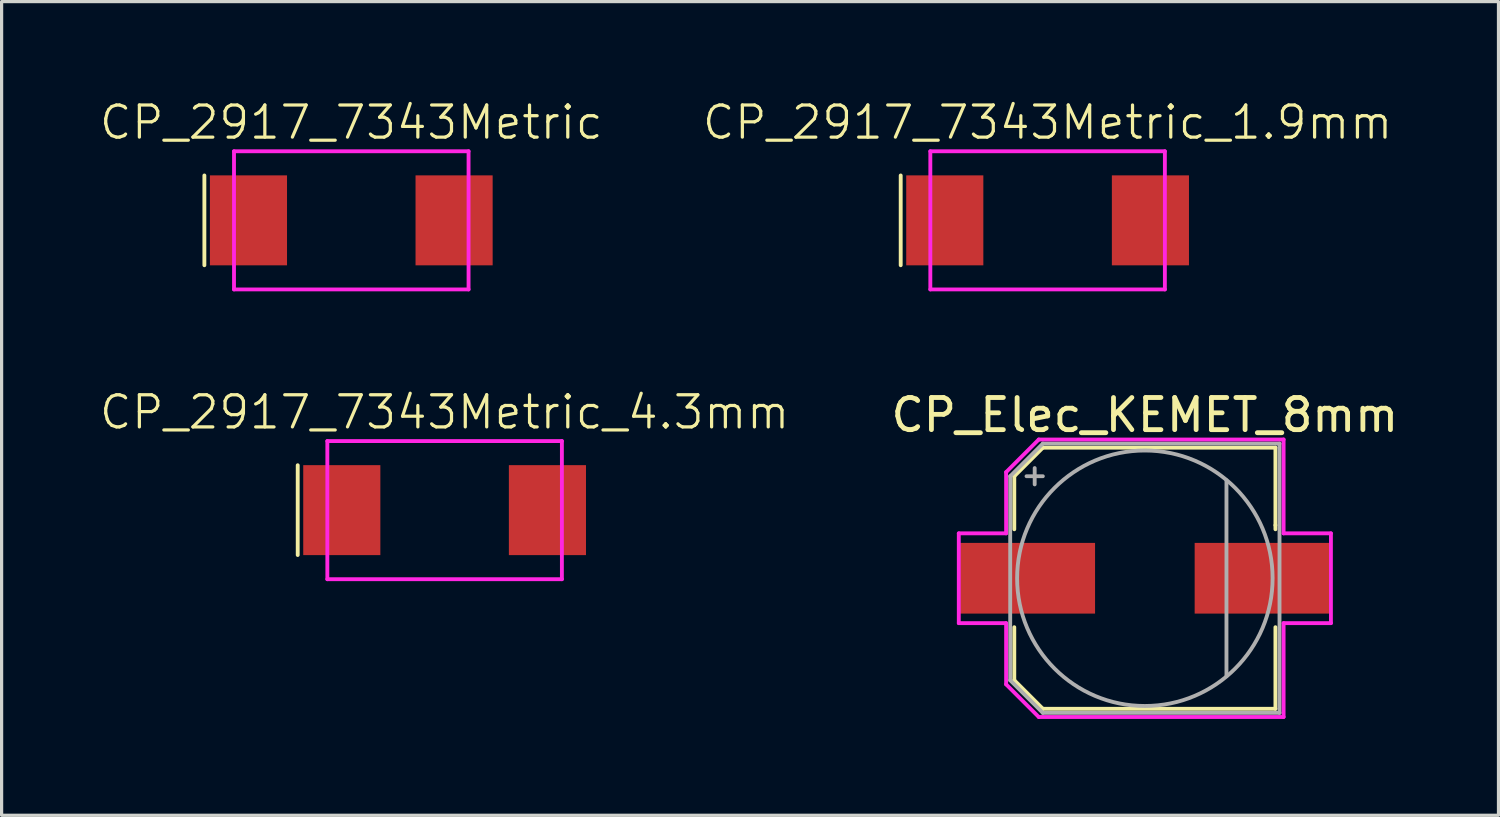
<source format=kicad_pcb>
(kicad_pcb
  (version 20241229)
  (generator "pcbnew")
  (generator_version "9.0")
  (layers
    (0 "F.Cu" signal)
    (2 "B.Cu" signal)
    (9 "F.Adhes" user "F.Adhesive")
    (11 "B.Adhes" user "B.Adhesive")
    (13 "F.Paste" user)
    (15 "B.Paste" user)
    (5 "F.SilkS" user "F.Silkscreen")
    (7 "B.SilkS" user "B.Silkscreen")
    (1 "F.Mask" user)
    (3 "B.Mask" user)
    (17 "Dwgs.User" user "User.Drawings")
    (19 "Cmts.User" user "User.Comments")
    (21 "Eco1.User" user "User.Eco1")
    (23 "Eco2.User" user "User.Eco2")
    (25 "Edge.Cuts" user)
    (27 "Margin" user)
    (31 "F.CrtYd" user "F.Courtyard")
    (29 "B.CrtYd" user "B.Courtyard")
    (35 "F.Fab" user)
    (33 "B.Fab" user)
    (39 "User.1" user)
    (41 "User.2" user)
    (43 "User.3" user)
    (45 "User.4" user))
  (footprint "CP_Elec_KEMET_8mm"
    (layer "F.Cu")
    (at 32.582 14.947)
    (property "Reference" "CP_Elec_KEMET_8mm" (at 0 -5.08 0) (layer "F.SilkS") (effects (font (size 1 1) (thickness 0.15))))
    (attr through_hole)
    (fp_line (start -4.064 -3.175) (end -3.175 -4.064) (stroke (width 0.12) (type solid)) (layer "F.SilkS"))
    (fp_line (start -4.064 -1.524) (end -4.064 -3.175) (stroke (width 0.12) (type solid)) (layer "F.SilkS"))
    (fp_line (start -4.064 1.524) (end -4.064 3.175) (stroke (width 0.12) (type solid)) (layer "F.SilkS"))
    (fp_line (start -4.064 3.175) (end -3.175 4.064) (stroke (width 0.12) (type solid)) (layer "F.SilkS"))
    (fp_line (start -3.175 -4.064) (end 4.064 -4.064) (stroke (width 0.12) (type solid)) (layer "F.SilkS"))
    (fp_line (start -3.175 4.064) (end 4.064 4.064) (stroke (width 0.12) (type solid)) (layer "F.SilkS"))
    (fp_line (start 4.064 -4.064) (end 4.064 -1.651) (stroke (width 0.12) (type solid)) (layer "F.SilkS"))
    (fp_line (start 4.064 -1.651) (end 4.064 -1.524) (stroke (width 0.12) (type solid)) (layer "F.SilkS"))
    (fp_line (start 4.064 4.064) (end 4.064 1.524) (stroke (width 0.12) (type solid)) (layer "F.SilkS"))
    (fp_line (start -5.791 -1.397) (end -5.791 1.397) (stroke (width 0.12) (type solid)) (layer "F.CrtYd"))
    (fp_line (start -5.791 1.397) (end -4.318 1.397) (stroke (width 0.12) (type solid)) (layer "F.CrtYd"))
    (fp_line (start -4.318 -3.302) (end -4.318 -1.397) (stroke (width 0.12) (type solid)) (layer "F.CrtYd"))
    (fp_line (start -4.318 -1.397) (end -5.791 -1.397) (stroke (width 0.12) (type solid)) (layer "F.CrtYd"))
    (fp_line (start -4.318 1.397) (end -4.318 3.302) (stroke (width 0.12) (type solid)) (layer "F.CrtYd"))
    (fp_line (start -4.318 3.302) (end -3.302 4.318) (stroke (width 0.12) (type solid)) (layer "F.CrtYd"))
    (fp_line (start -3.302 -4.318) (end -4.318 -3.302) (stroke (width 0.12) (type solid)) (layer "F.CrtYd"))
    (fp_line (start -3.302 4.318) (end 4.318 4.318) (stroke (width 0.12) (type solid)) (layer "F.CrtYd"))
    (fp_line (start 4.318 -4.318) (end -3.302 -4.318) (stroke (width 0.12) (type solid)) (layer "F.CrtYd"))
    (fp_line (start 4.318 -1.397) (end 4.318 -4.318) (stroke (width 0.12) (type solid)) (layer "F.CrtYd"))
    (fp_line (start 4.318 1.397) (end 5.791 1.397) (stroke (width 0.12) (type solid)) (layer "F.CrtYd"))
    (fp_line (start 4.318 4.318) (end 4.318 1.397) (stroke (width 0.12) (type solid)) (layer "F.CrtYd"))
    (fp_line (start 5.791 -1.397) (end 4.318 -1.397) (stroke (width 0.12) (type solid)) (layer "F.CrtYd"))
    (fp_line (start 5.791 1.397) (end 5.791 -1.397) (stroke (width 0.12) (type solid)) (layer "F.CrtYd"))
    (fp_line (start -4.191 -3.175) (end -4.191 3.175) (stroke (width 0.12) (type solid)) (layer "F.Fab"))
    (fp_line (start -4.191 3.175) (end -3.175 4.191) (stroke (width 0.12) (type solid)) (layer "F.Fab"))
    (fp_line (start -3.683 -3.175) (end -3.175 -3.175) (stroke (width 0.12) (type solid)) (layer "F.Fab"))
    (fp_line (start -3.429 -3.429) (end -3.429 -2.921) (stroke (width 0.12) (type solid)) (layer "F.Fab"))
    (fp_line (start -3.175 -4.191) (end -4.191 -3.175) (stroke (width 0.12) (type solid)) (layer "F.Fab"))
    (fp_line (start -3.175 -4.191) (end 4.191 -4.191) (stroke (width 0.12) (type solid)) (layer "F.Fab"))
    (fp_line (start -3.175 4.191) (end 4.191 4.191) (stroke (width 0.12) (type solid)) (layer "F.Fab"))
    (fp_line (start 2.54 -3.048) (end 2.54 3.048) (stroke (width 0.12) (type solid)) (layer "F.Fab"))
    (fp_line (start 4.191 -4.191) (end 4.191 4.191) (stroke (width 0.12) (type solid)) (layer "F.Fab"))
    (fp_circle (center 0 0) (end 1.778 3.556) (stroke (width 0.12) (type solid)) (fill no) (layer "F.Fab"))
    (pad "1" smd rect (at -3.65 0) (size 4.2 2.2) (layers "F.Cu" "F.Mask" "F.Paste"))
    (pad "2" smd rect (at 3.65 0) (size 4.2 2.2) (layers "F.Cu" "F.Mask" "F.Paste")))
  (footprint "CP_2917_7343Metric"
    (layer "F.Cu")
    (at 7.883 3.808)
    (property "Reference" "CP_2917_7343Metric" (at 0 -3.048 0) (unlocked yes) (layer "F.SilkS") (effects (font (size 1 1) (thickness 0.1))))
    (attr smd)
    (fp_line (start -4.572 -1.397) (end -4.572 1.397) (stroke (width 0.12) (type solid)) (layer "F.SilkS"))
    (fp_line (start -3.65 -2.15) (end -3.65 2.15) (stroke (width 0.12) (type solid)) (layer "F.CrtYd"))
    (fp_line (start 3.65 -2.15) (end -3.65 -2.15) (stroke (width 0.12) (type solid)) (layer "F.CrtYd"))
    (fp_line (start 3.65 -2.15) (end 3.65 2.15) (stroke (width 0.12) (type solid)) (layer "F.CrtYd"))
    (fp_line (start 3.65 2.15) (end -3.65 2.15) (stroke (width 0.12) (type solid)) (layer "F.CrtYd"))
    (pad "1" smd rect (at -3.2 0) (size 2.4 2.8) (layers "F.Cu" "F.Mask" "F.Paste"))
    (pad "2" smd rect (at 3.2 0) (size 2.4 2.8) (layers "F.Cu" "F.Mask" "F.Paste")))
  (footprint "CP_2917_7343Metric_4.3mm"
    (layer "F.Cu")
    (at 10.788 12.827)
    (property "Reference" "CP_2917_7343Metric_4.3mm" (at 0 -3.048 0) (unlocked yes) (layer "F.SilkS") (effects (font (size 1 1) (thickness 0.1))))
    (attr smd)
    (fp_line (start -4.572 -1.397) (end -4.572 1.397) (stroke (width 0.12) (type solid)) (layer "F.SilkS"))
    (fp_line (start -3.65 -2.15) (end -3.65 2.15) (stroke (width 0.12) (type solid)) (layer "F.CrtYd"))
    (fp_line (start 3.65 -2.15) (end -3.65 -2.15) (stroke (width 0.12) (type solid)) (layer "F.CrtYd"))
    (fp_line (start 3.65 -2.15) (end 3.65 2.15) (stroke (width 0.12) (type solid)) (layer "F.CrtYd"))
    (fp_line (start 3.65 2.15) (end -3.65 2.15) (stroke (width 0.12) (type solid)) (layer "F.CrtYd"))
    (pad "1" smd rect (at -3.2 0) (size 2.4 2.8) (layers "F.Cu" "F.Mask" "F.Paste"))
    (pad "2" smd rect (at 3.2 0) (size 2.4 2.8) (layers "F.Cu" "F.Mask" "F.Paste")))
  (footprint "CP_2917_7343Metric_1.9mm"
    (layer "F.Cu")
    (at 29.555 3.808)
    (property "Reference" "CP_2917_7343Metric_1.9mm" (at 0 -3.048 0) (unlocked yes) (layer "F.SilkS") (effects (font (size 1 1) (thickness 0.1))))
    (attr smd)
    (fp_line (start -4.572 -1.397) (end -4.572 1.397) (stroke (width 0.12) (type solid)) (layer "F.SilkS"))
    (fp_line (start -3.65 -2.15) (end -3.65 2.15) (stroke (width 0.12) (type solid)) (layer "F.CrtYd"))
    (fp_line (start 3.65 -2.15) (end -3.65 -2.15) (stroke (width 0.12) (type solid)) (layer "F.CrtYd"))
    (fp_line (start 3.65 -2.15) (end 3.65 2.15) (stroke (width 0.12) (type solid)) (layer "F.CrtYd"))
    (fp_line (start 3.65 2.15) (end -3.65 2.15) (stroke (width 0.12) (type solid)) (layer "F.CrtYd"))
    (pad "1" smd rect (at -3.2 0) (size 2.4 2.8) (layers "F.Cu" "F.Mask" "F.Paste"))
    (pad "2" smd rect (at 3.2 0) (size 2.4 2.8) (layers "F.Cu" "F.Mask" "F.Paste")))
  (gr_rect
    (start -3 -3)
    (end 43.588 22.325)
    (stroke (width 0.1) (type default))
    (fill no)
    (layer "Edge.Cuts")))
</source>
